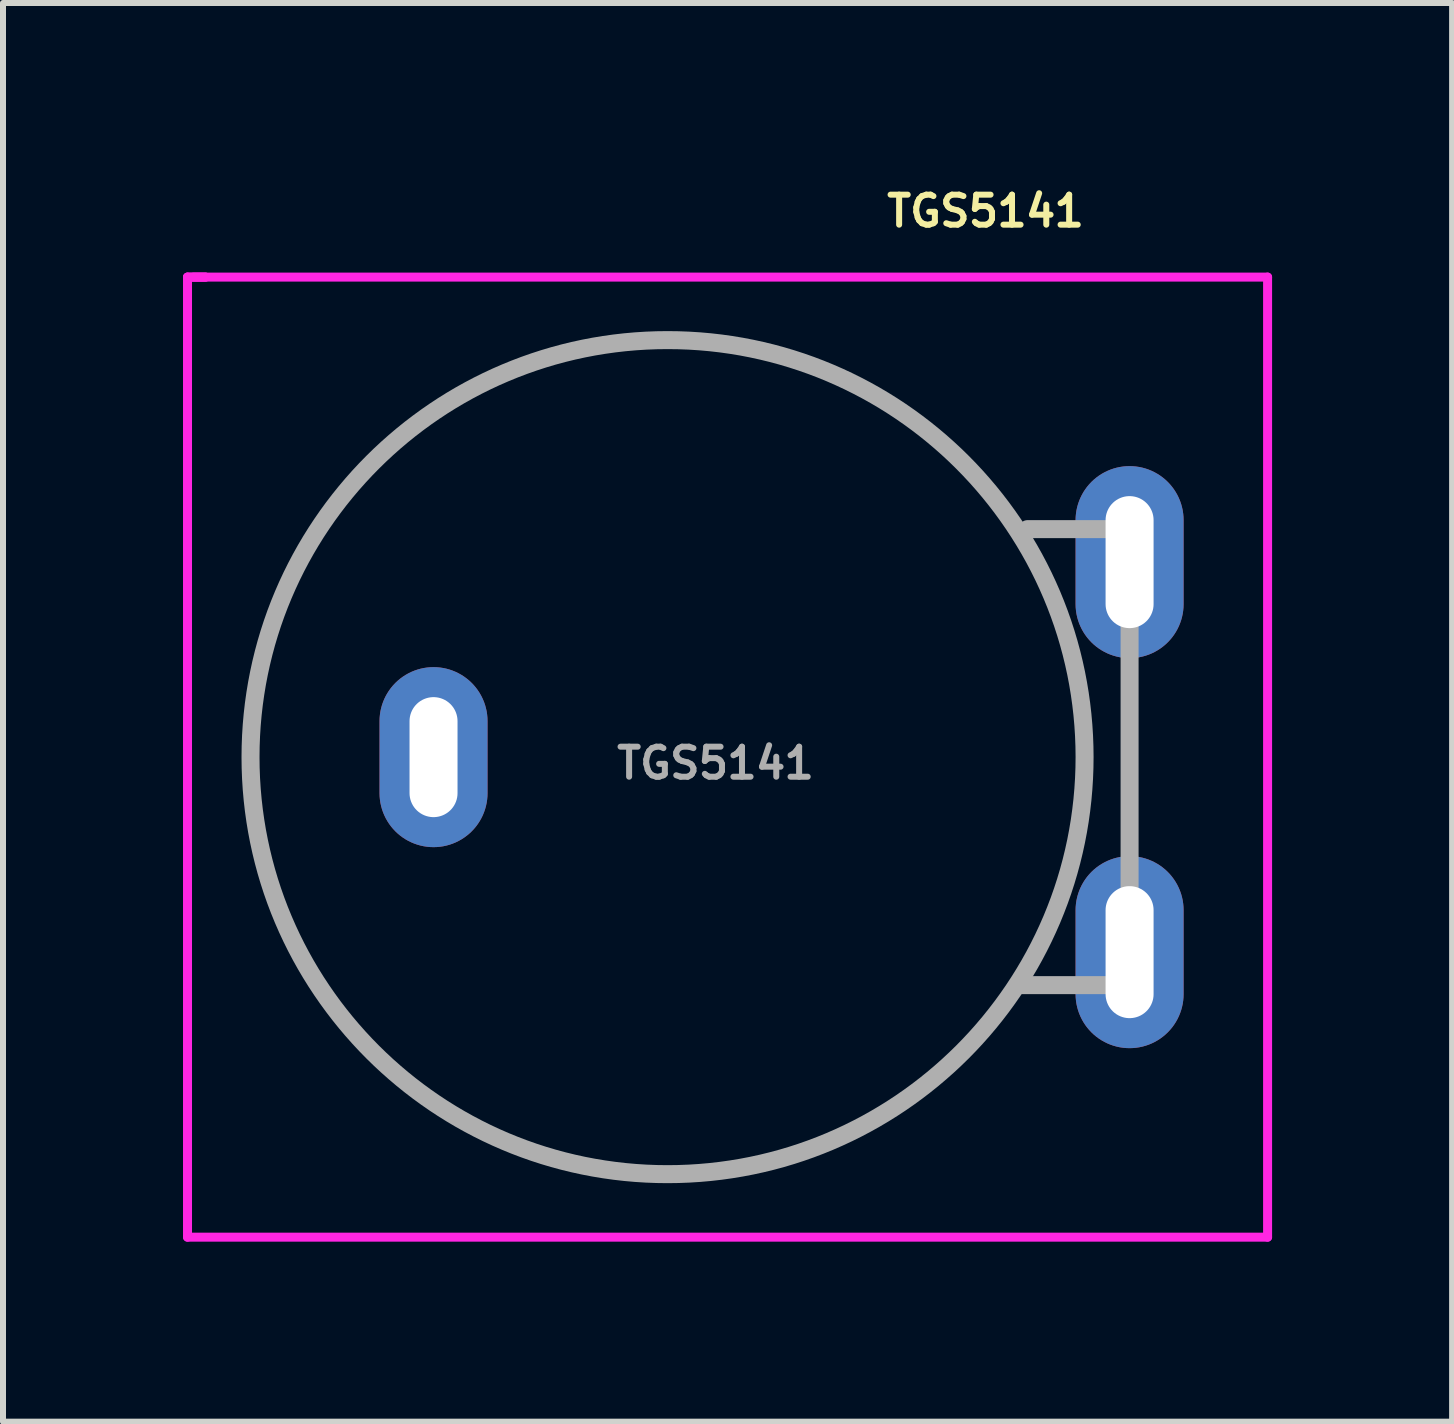
<source format=kicad_pcb>
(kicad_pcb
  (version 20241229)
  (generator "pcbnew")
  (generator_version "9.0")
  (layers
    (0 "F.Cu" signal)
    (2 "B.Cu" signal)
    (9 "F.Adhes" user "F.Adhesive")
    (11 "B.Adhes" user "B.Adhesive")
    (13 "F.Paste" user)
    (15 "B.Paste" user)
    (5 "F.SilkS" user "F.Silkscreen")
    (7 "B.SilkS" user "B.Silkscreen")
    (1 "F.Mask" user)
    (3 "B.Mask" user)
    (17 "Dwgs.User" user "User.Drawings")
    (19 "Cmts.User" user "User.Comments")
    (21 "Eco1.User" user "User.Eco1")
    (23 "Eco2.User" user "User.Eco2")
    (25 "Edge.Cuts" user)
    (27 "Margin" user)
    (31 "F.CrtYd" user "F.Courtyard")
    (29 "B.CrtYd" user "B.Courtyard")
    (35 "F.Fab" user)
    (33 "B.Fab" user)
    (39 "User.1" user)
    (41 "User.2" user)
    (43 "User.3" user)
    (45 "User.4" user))
  (footprint "TGS5141"
    (layer "F.Cu")
    (at 8.075 9.568)
    (property "Reference" "TGS5141" (at 5.3 -9.1 0) (layer "F.SilkS") (effects (font (size 0.5 0.5) (thickness 0.1))))
    (attr through_hole)
    (fp_line (start -8 -8) (end -8 8) (stroke (width 0.15) (type solid)) (layer "F.CrtYd"))
    (fp_line (start -8 -8) (end -7.7 -8) (stroke (width 0.15) (type solid)) (layer "F.CrtYd"))
    (fp_line (start -8 8) (end 10 8) (stroke (width 0.15) (type solid)) (layer "F.CrtYd"))
    (fp_line (start -7.7 -8) (end -7.9 -8) (stroke (width 0.15) (type solid)) (layer "F.CrtYd"))
    (fp_line (start 10 -8) (end -8 -8) (stroke (width 0.15) (type solid)) (layer "F.CrtYd"))
    (fp_line (start 10 8) (end 10 -8) (stroke (width 0.15) (type solid)) (layer "F.CrtYd"))
    (fp_line (start 6 -3.7) (end 5.9 -3.7) (stroke (width 0.15) (type solid)) (layer "F.Fab"))
    (fp_line (start 7.6 3.8) (end 5.9 3.8) (stroke (width 0.3) (type solid)) (layer "F.Fab"))
    (fp_line (start 7.7 -3.8) (end 6 -3.8) (stroke (width 0.3) (type solid)) (layer "F.Fab"))
    (fp_line (start 7.7 -3.75) (end 7.7 3.75) (stroke (width 0.3) (type solid)) (layer "F.Fab"))
    (fp_circle (center 0 0) (end 6.95 0) (stroke (width 0.3) (type solid)) (fill no) (layer "F.Fab"))
    (fp_text user "${REFERENCE}" (at 0.8 0.1 0) (layer "F.Fab") (effects (font (size 0.5 0.5) (thickness 0.1))))
    (pad "1" thru_hole oval (at -3.9 0) (size 1.8 3) (drill oval 0.8 2) (layers "*.Cu" "*.Mask"))
    (pad "2" thru_hole oval (at 7.7 -3.25) (size 1.8 3.2) (drill oval 0.8 2.2) (layers "*.Cu" "*.Mask"))
    (pad "2" thru_hole oval (at 7.7 3.25) (size 1.8 3.2) (drill oval 0.8 2.2) (layers "*.Cu" "*.Mask")))
  (gr_rect
    (start -3 -3)
    (end 21.15 20.643)
    (stroke (width 0.1) (type default))
    (fill no)
    (layer "Edge.Cuts")))
</source>
